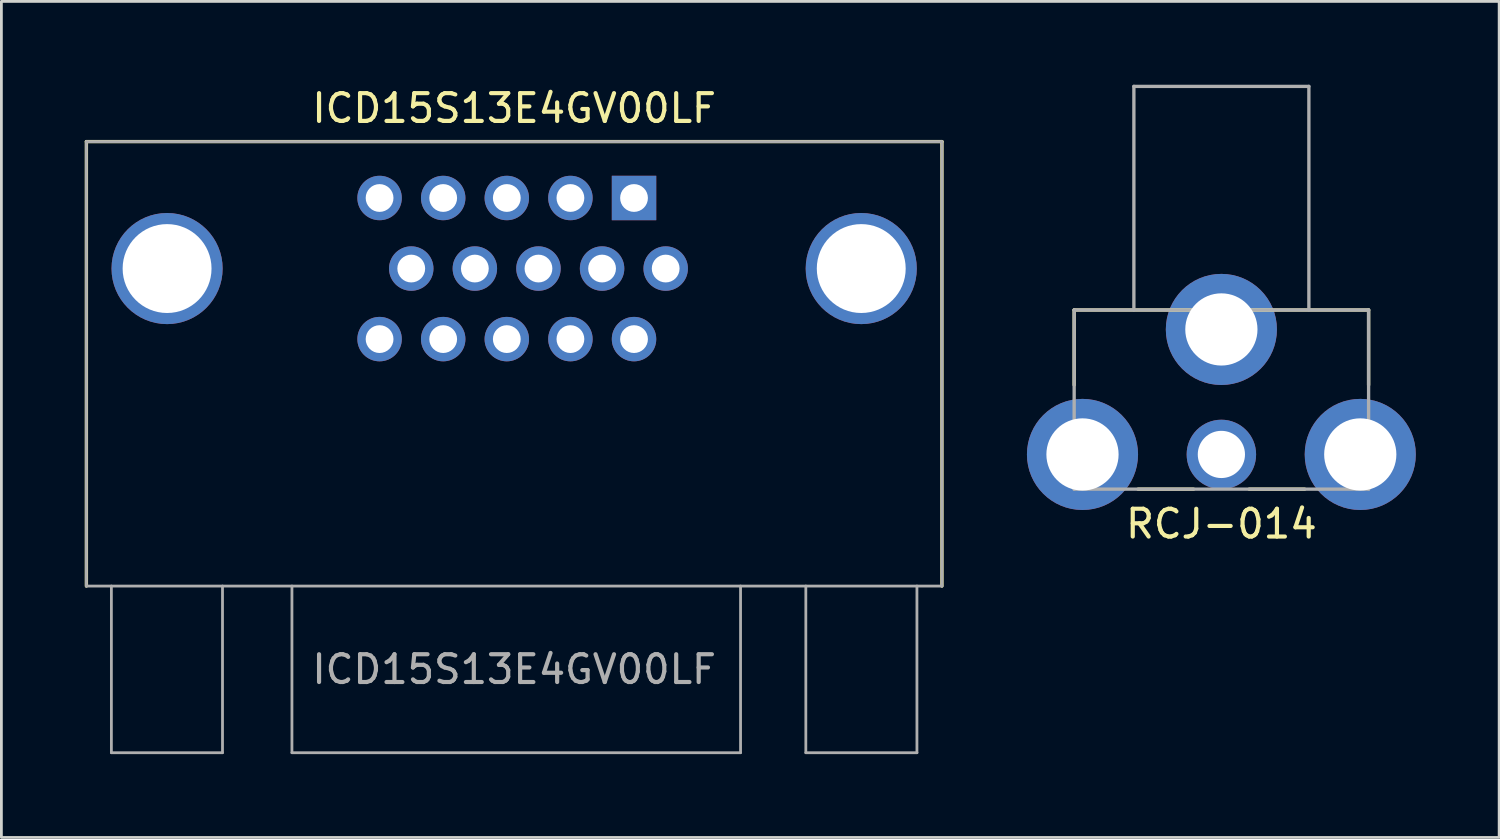
<source format=kicad_pcb>
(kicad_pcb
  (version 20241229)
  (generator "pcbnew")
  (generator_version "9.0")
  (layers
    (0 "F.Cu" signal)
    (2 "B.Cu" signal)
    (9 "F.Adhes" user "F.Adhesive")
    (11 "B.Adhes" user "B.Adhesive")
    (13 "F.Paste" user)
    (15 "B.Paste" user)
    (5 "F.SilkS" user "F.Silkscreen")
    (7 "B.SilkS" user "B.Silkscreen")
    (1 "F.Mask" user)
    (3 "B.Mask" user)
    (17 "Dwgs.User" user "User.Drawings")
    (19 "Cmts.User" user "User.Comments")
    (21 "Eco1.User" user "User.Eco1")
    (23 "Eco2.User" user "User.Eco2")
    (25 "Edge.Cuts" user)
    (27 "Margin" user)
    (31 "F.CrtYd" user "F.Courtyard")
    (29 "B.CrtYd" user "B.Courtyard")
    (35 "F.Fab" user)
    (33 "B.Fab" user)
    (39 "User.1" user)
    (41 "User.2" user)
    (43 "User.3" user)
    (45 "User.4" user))
  (footprint "ICD15S13E4GV00LF"
    (layer "F.Cu")
    (at 15.46 18.048)
    (property "Reference" "ICD15S13E4GV00LF" (at 0 -17.2 0) (layer "F.SilkS") (effects (font (size 1 1) (thickness 0.15))))
    (attr through_hole)
    (fp_line (start -15.4 -16) (end 15.4 -16) (stroke (width 0.12) (type solid)) (layer "F.SilkS"))
    (fp_line (start -15.4 0) (end -15.4 -16) (stroke (width 0.12) (type solid)) (layer "F.SilkS"))
    (fp_line (start 15.4 -16) (end 15.4 0) (stroke (width 0.12) (type solid)) (layer "F.SilkS"))
    (fp_line (start -15.4 -16) (end -15.4 0) (stroke (width 0.1) (type solid)) (layer "F.Fab"))
    (fp_line (start -15.4 0) (end 15.4 0) (stroke (width 0.1) (type solid)) (layer "F.Fab"))
    (fp_line (start -14.5 0) (end -14.5 6) (stroke (width 0.1) (type solid)) (layer "F.Fab"))
    (fp_line (start -14.5 6) (end -10.5 6) (stroke (width 0.1) (type solid)) (layer "F.Fab"))
    (fp_line (start -10.5 0) (end -10.5 6) (stroke (width 0.1) (type solid)) (layer "F.Fab"))
    (fp_line (start -8 0) (end -8 6) (stroke (width 0.1) (type solid)) (layer "F.Fab"))
    (fp_line (start -8 6) (end 8.15 6) (stroke (width 0.1) (type solid)) (layer "F.Fab"))
    (fp_line (start 8.15 0) (end 8.15 6) (stroke (width 0.1) (type solid)) (layer "F.Fab"))
    (fp_line (start 10.5 0) (end 10.5 6) (stroke (width 0.1) (type solid)) (layer "F.Fab"))
    (fp_line (start 10.5 6) (end 14.5 6) (stroke (width 0.1) (type solid)) (layer "F.Fab"))
    (fp_line (start 14.5 0) (end 14.5 6) (stroke (width 0.1) (type solid)) (layer "F.Fab"))
    (fp_line (start 15.4 -16) (end -15.4 -16) (stroke (width 0.1) (type solid)) (layer "F.Fab"))
    (fp_line (start 15.4 0) (end 15.4 -16) (stroke (width 0.1) (type solid)) (layer "F.Fab"))
    (fp_text user "${REFERENCE}" (at 0 3 0) (layer "F.Fab") (effects (font (size 1 1) (thickness 0.15))))
    (pad "0" thru_hole circle (at -12.495 -11.43) (size 4 4) (drill 3.2) (layers "*.Cu" "*.Mask"))
    (pad "0" thru_hole circle (at 12.495 -11.43) (size 4 4) (drill 3.2) (layers "*.Cu" "*.Mask"))
    (pad "1" thru_hole rect (at 4.315 -13.97) (size 1.6 1.6) (drill 1) (layers "*.Cu" "*.Mask"))
    (pad "2" thru_hole circle (at 2.025 -13.97) (size 1.6 1.6) (drill 1) (layers "*.Cu" "*.Mask"))
    (pad "3" thru_hole circle (at -0.265 -13.97) (size 1.6 1.6) (drill 1) (layers "*.Cu" "*.Mask"))
    (pad "4" thru_hole circle (at -2.555 -13.97) (size 1.6 1.6) (drill 1) (layers "*.Cu" "*.Mask"))
    (pad "5" thru_hole circle (at -4.845 -13.97) (size 1.6 1.6) (drill 1) (layers "*.Cu" "*.Mask"))
    (pad "6" thru_hole circle (at 5.455 -11.43) (size 1.6 1.6) (drill 1) (layers "*.Cu" "*.Mask"))
    (pad "7" thru_hole circle (at 3.165 -11.43) (size 1.6 1.6) (drill 1) (layers "*.Cu" "*.Mask"))
    (pad "8" thru_hole circle (at 0.875 -11.43) (size 1.6 1.6) (drill 1) (layers "*.Cu" "*.Mask"))
    (pad "9" thru_hole circle (at -1.415 -11.43) (size 1.6 1.6) (drill 1) (layers "*.Cu" "*.Mask"))
    (pad "10" thru_hole circle (at -3.705 -11.43) (size 1.6 1.6) (drill 1) (layers "*.Cu" "*.Mask"))
    (pad "11" thru_hole circle (at 4.315 -8.89) (size 1.6 1.6) (drill 1) (layers "*.Cu" "*.Mask"))
    (pad "12" thru_hole circle (at 2.025 -8.89) (size 1.6 1.6) (drill 1) (layers "*.Cu" "*.Mask"))
    (pad "13" thru_hole circle (at -0.265 -8.89) (size 1.6 1.6) (drill 1) (layers "*.Cu" "*.Mask"))
    (pad "14" thru_hole circle (at -2.555 -8.89) (size 1.6 1.6) (drill 1) (layers "*.Cu" "*.Mask"))
    (pad "15" thru_hole circle (at -4.845 -8.89) (size 1.6 1.6) (drill 1) (layers "*.Cu" "*.Mask")))
  (footprint "RCJ-014"
    (layer "F.Cu")
    (at 40.92 8.81)
    (property "Reference" "RCJ-014" (at 0 7 0) (layer "F.SilkS") (effects (font (size 1 1) (thickness 0.15))))
    (attr through_hole)
    (fp_line (start -5.3 -0.7) (end -5.3 2) (stroke (width 0.12) (type solid)) (layer "F.SilkS"))
    (fp_line (start -3 5.75) (end -1 5.75) (stroke (width 0.12) (type solid)) (layer "F.SilkS"))
    (fp_line (start 1 5.75) (end 3 5.75) (stroke (width 0.12) (type solid)) (layer "F.SilkS"))
    (fp_line (start 5.3 -0.7) (end -5.3 -0.7) (stroke (width 0.12) (type solid)) (layer "F.SilkS"))
    (fp_line (start 5.3 2) (end 5.3 -0.7) (stroke (width 0.12) (type solid)) (layer "F.SilkS"))
    (fp_line (start -5.3 -0.7) (end 5.3 -0.7) (stroke (width 0.12) (type solid)) (layer "F.Fab"))
    (fp_line (start -5.3 5.75) (end -5.3 -0.7) (stroke (width 0.12) (type solid)) (layer "F.Fab"))
    (fp_line (start -3.15 -8.75) (end 3.15 -8.75) (stroke (width 0.12) (type solid)) (layer "F.Fab"))
    (fp_line (start -3.15 -0.7) (end -3.15 -8.75) (stroke (width 0.12) (type solid)) (layer "F.Fab"))
    (fp_line (start 3.15 -8.75) (end 3.15 -0.7) (stroke (width 0.12) (type solid)) (layer "F.Fab"))
    (fp_line (start 5.3 -0.7) (end 5.3 5.75) (stroke (width 0.12) (type solid)) (layer "F.Fab"))
    (fp_line (start 5.3 5.75) (end -5.3 5.75) (stroke (width 0.12) (type solid)) (layer "F.Fab"))
    (pad "1" thru_hole circle (at 0 4.5) (size 2.5 2.5) (drill 1.7) (layers "*.Cu" "*.Mask"))
    (pad "2" thru_hole circle (at -5 4.5) (size 4 4) (drill 2.6) (layers "*.Cu" "*.Mask"))
    (pad "2" thru_hole circle (at 0 0) (size 4 4) (drill 2.6) (layers "*.Cu" "*.Mask"))
    (pad "2" thru_hole circle (at 5 4.5) (size 4 4) (drill 2.6) (layers "*.Cu" "*.Mask")))
  (gr_rect
    (start -3 -3)
    (end 50.92 27.098)
    (stroke (width 0.1) (type default))
    (fill no)
    (layer "Edge.Cuts")))
</source>
